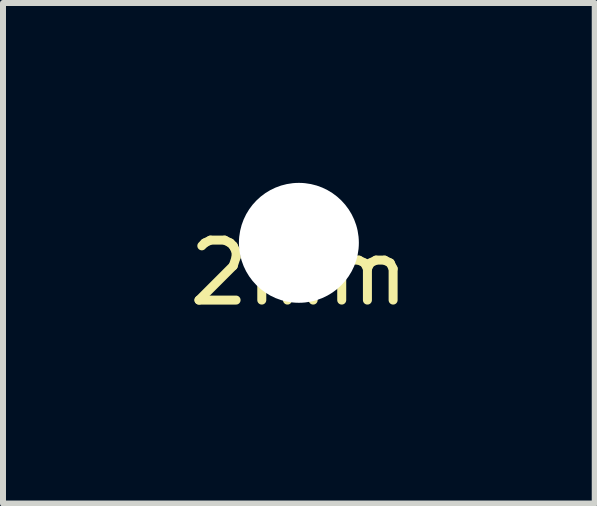
<source format=kicad_pcb>
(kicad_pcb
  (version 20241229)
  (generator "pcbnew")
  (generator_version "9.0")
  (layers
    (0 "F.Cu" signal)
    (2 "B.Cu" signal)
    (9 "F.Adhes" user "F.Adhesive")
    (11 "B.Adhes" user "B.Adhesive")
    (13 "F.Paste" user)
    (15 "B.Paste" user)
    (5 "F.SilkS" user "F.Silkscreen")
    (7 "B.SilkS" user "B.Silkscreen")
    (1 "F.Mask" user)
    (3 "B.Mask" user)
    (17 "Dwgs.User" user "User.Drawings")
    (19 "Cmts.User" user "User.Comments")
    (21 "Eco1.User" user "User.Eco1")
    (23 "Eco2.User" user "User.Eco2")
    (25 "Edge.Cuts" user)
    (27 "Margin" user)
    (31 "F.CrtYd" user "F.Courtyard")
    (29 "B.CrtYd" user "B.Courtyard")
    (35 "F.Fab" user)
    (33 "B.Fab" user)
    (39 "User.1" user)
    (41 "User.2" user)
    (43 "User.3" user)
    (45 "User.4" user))
  (footprint "2mm"
    (layer "F.Cu")
    (at 1.935 1)
    (property "Reference" "2mm" (at 0 0.5 0) (layer "F.SilkS") (effects (font (size 1 1) (thickness 0.15))))
    (attr through_hole)
    (pad "" np_thru_hole circle (at 0 0) (size 2 2) (drill 2) (layers "*.Cu" "*.Mask")))
  (gr_rect
    (start -3 -3)
    (end 6.869 5.348)
    (stroke (width 0.1) (type default))
    (fill no)
    (layer "Edge.Cuts")))
</source>
